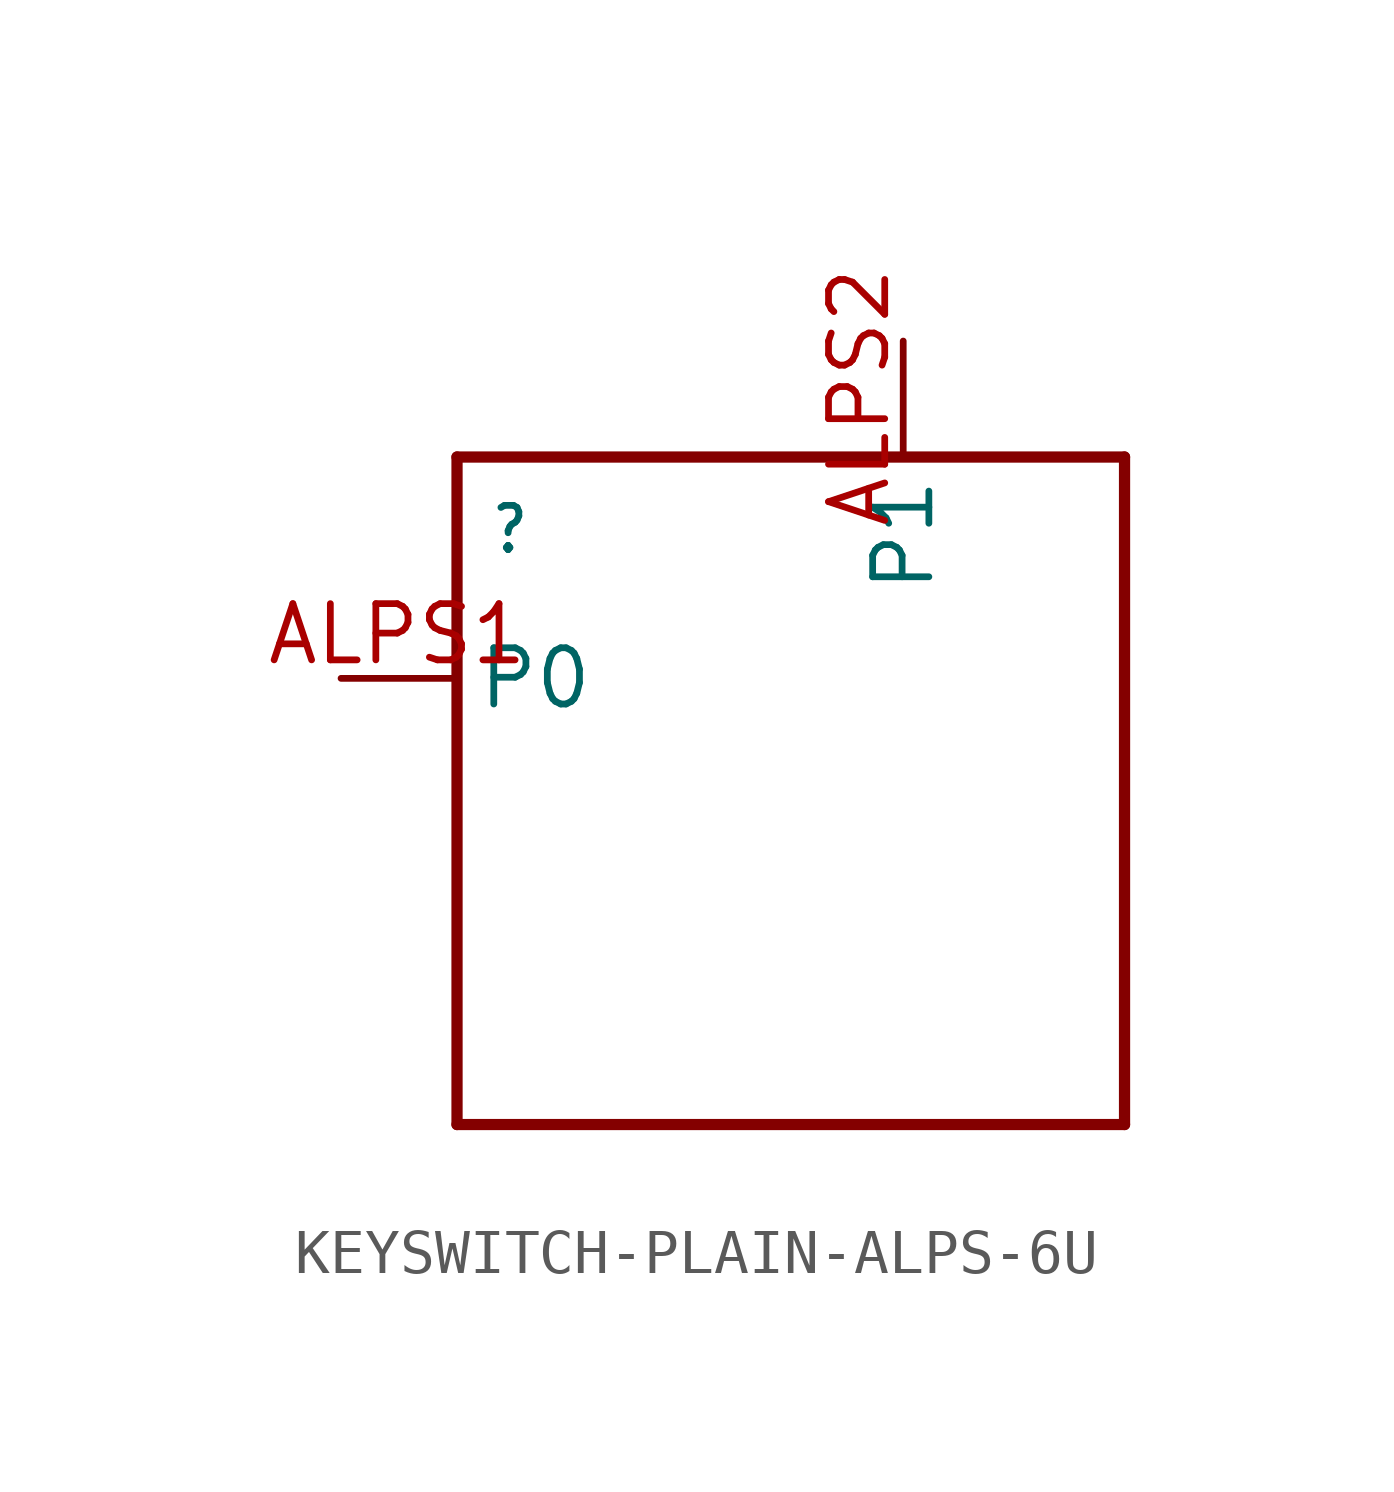
<source format=kicad_sym>
(kicad_symbol_lib
  (version 20211014)
  (generator kicad_symbol_editor)
  (symbol "KEYSWITCH-PLAIN-ALPS-6U"
    (property "Reference" ""
      (at -6.81 5.318 0)
      (effects (font (size 1 0.85)) (justify left bottom)))
    (property "ki_locked" ""
      (at 0 0 0)
      (effects (font (size 1.27 1.27))))
    (symbol "KEYSWITCH-PLAIN-ALPS-6U_1_0"
      (polyline (pts (xy -7.54 -7.54) (xy -7.54 7.54)) (stroke (width 0.254) (type default) (color 0 0 0 0)) (fill (type none)))
      (polyline (pts (xy -7.54 7.54) (xy 7.54 7.54)) (stroke (width 0.254) (type default) (color 0 0 0 0)) (fill (type none)))
      (polyline (pts (xy 7.54 -7.54) (xy -7.54 -7.54)) (stroke (width 0.254) (type default) (color 0 0 0 0)) (fill (type none)))
      (polyline (pts (xy 7.54 7.54) (xy 7.54 -7.54)) (stroke (width 0.254) (type default) (color 0 0 0 0)) (fill (type none)))
      (pin bidirectional line (at -10.16 2.54 0) (length 2.54) (name "P0" (effects (font (size 1.27 1.27)))) (number "ALPS1" (effects (font (size 1.27 1.27)))))
      (pin bidirectional line (at 2.54 10.16 270) (length 2.54) (name "P1" (effects (font (size 1.27 1.27)))) (number "ALPS2" (effects (font (size 1.27 1.27))))))))
</source>
